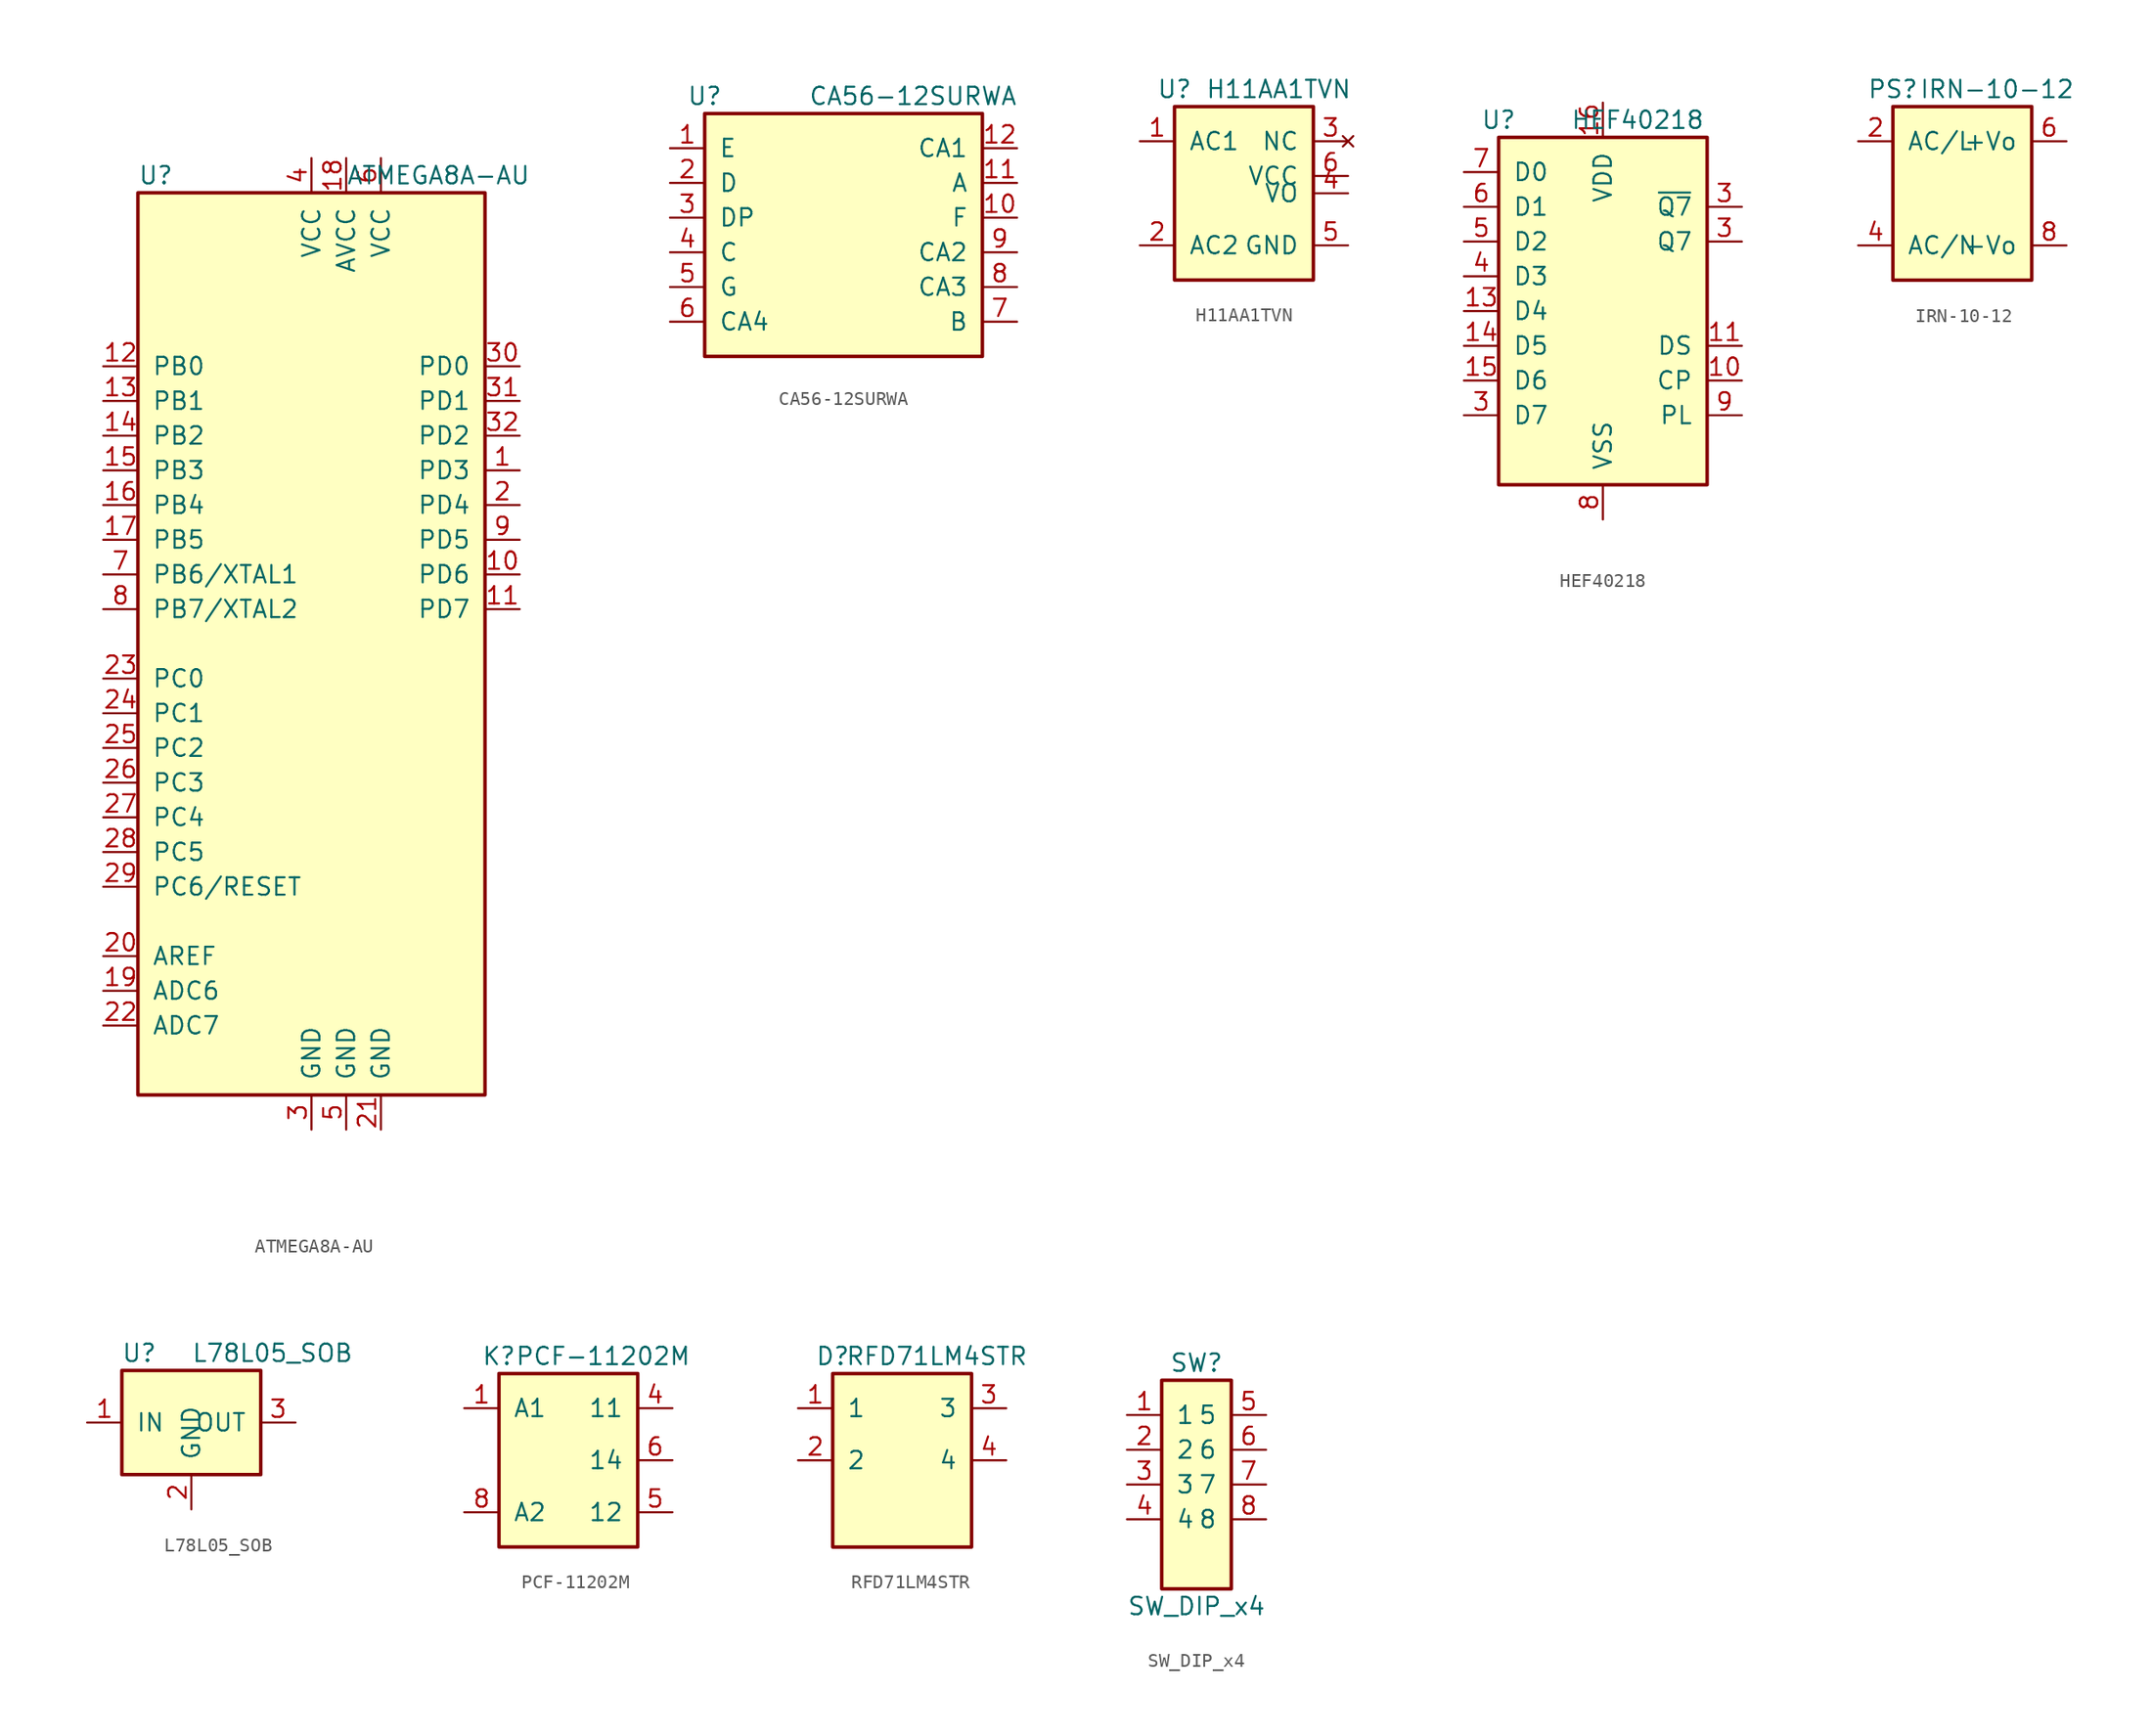
<source format=kicad_sym>
(kicad_symbol_lib
  (version 20231120)
  (generator "kicad_symbol_editor")
  (generator_version "9.0")
  (symbol "ATMEGA8A-AU"
    (pin_names
      (offset 1.016))
    (property "Reference" "U"
      (at -12.7 34.29 0)
      (effects (font (size 1.27 1.27)) (justify left)))
    (property "Value" "ATMEGA8A-AU"
      (at 2.54 34.29 0)
      (effects (font (size 1.27 1.27)) (justify left)))
    (symbol "ATMEGA8A-AU_0_1"
      (rectangle (start -12.7 33.02) (end 12.7 -33.02) (stroke (width 0.254) (type default)) (fill (type background))))
    (symbol "ATMEGA8A-AU_1_1"
      (pin bidirectional line (at -15.24 20.32 0) (length 2.54) (name "PB0" (effects (font (size 1.27 1.27)))) (number "12" (effects (font (size 1.27 1.27)))))
      (pin bidirectional line (at -15.24 17.78 0) (length 2.54) (name "PB1" (effects (font (size 1.27 1.27)))) (number "13" (effects (font (size 1.27 1.27)))))
      (pin bidirectional line (at -15.24 15.24 0) (length 2.54) (name "PB2" (effects (font (size 1.27 1.27)))) (number "14" (effects (font (size 1.27 1.27)))))
      (pin bidirectional line (at -15.24 12.7 0) (length 2.54) (name "PB3" (effects (font (size 1.27 1.27)))) (number "15" (effects (font (size 1.27 1.27)))))
      (pin bidirectional line (at -15.24 10.16 0) (length 2.54) (name "PB4" (effects (font (size 1.27 1.27)))) (number "16" (effects (font (size 1.27 1.27)))))
      (pin bidirectional line (at -15.24 7.62 0) (length 2.54) (name "PB5" (effects (font (size 1.27 1.27)))) (number "17" (effects (font (size 1.27 1.27)))))
      (pin bidirectional line (at -15.24 5.08 0) (length 2.54) (name "PB6/XTAL1" (effects (font (size 1.27 1.27)))) (number "7" (effects (font (size 1.27 1.27)))))
      (pin bidirectional line (at -15.24 2.54 0) (length 2.54) (name "PB7/XTAL2" (effects (font (size 1.27 1.27)))) (number "8" (effects (font (size 1.27 1.27)))))
      (pin bidirectional line (at -15.24 -2.54 0) (length 2.54) (name "PC0" (effects (font (size 1.27 1.27)))) (number "23" (effects (font (size 1.27 1.27)))))
      (pin bidirectional line (at -15.24 -5.08 0) (length 2.54) (name "PC1" (effects (font (size 1.27 1.27)))) (number "24" (effects (font (size 1.27 1.27)))))
      (pin bidirectional line (at -15.24 -7.62 0) (length 2.54) (name "PC2" (effects (font (size 1.27 1.27)))) (number "25" (effects (font (size 1.27 1.27)))))
      (pin bidirectional line (at -15.24 -10.16 0) (length 2.54) (name "PC3" (effects (font (size 1.27 1.27)))) (number "26" (effects (font (size 1.27 1.27)))))
      (pin bidirectional line (at -15.24 -12.7 0) (length 2.54) (name "PC4" (effects (font (size 1.27 1.27)))) (number "27" (effects (font (size 1.27 1.27)))))
      (pin bidirectional line (at -15.24 -15.24 0) (length 2.54) (name "PC5" (effects (font (size 1.27 1.27)))) (number "28" (effects (font (size 1.27 1.27)))))
      (pin input line (at -15.24 -17.78 0) (length 2.54) (name "PC6/RESET" (effects (font (size 1.27 1.27)))) (number "29" (effects (font (size 1.27 1.27)))))
      (pin bidirectional line (at 15.24 20.32 180) (length 2.54) (name "PD0" (effects (font (size 1.27 1.27)))) (number "30" (effects (font (size 1.27 1.27)))))
      (pin bidirectional line (at 15.24 17.78 180) (length 2.54) (name "PD1" (effects (font (size 1.27 1.27)))) (number "31" (effects (font (size 1.27 1.27)))))
      (pin bidirectional line (at 15.24 15.24 180) (length 2.54) (name "PD2" (effects (font (size 1.27 1.27)))) (number "32" (effects (font (size 1.27 1.27)))))
      (pin bidirectional line (at 15.24 12.7 180) (length 2.54) (name "PD3" (effects (font (size 1.27 1.27)))) (number "1" (effects (font (size 1.27 1.27)))))
      (pin bidirectional line (at 15.24 10.16 180) (length 2.54) (name "PD4" (effects (font (size 1.27 1.27)))) (number "2" (effects (font (size 1.27 1.27)))))
      (pin bidirectional line (at 15.24 7.62 180) (length 2.54) (name "PD5" (effects (font (size 1.27 1.27)))) (number "9" (effects (font (size 1.27 1.27)))))
      (pin bidirectional line (at 15.24 5.08 180) (length 2.54) (name "PD6" (effects (font (size 1.27 1.27)))) (number "10" (effects (font (size 1.27 1.27)))))
      (pin bidirectional line (at 15.24 2.54 180) (length 2.54) (name "PD7" (effects (font (size 1.27 1.27)))) (number "11" (effects (font (size 1.27 1.27)))))
      (pin power_in line (at 0 35.56 270) (length 2.54) (name "VCC" (effects (font (size 1.27 1.27)))) (number "4" (effects (font (size 1.27 1.27)))))
      (pin power_in line (at 2.54 35.56 270) (length 2.54) (name "AVCC" (effects (font (size 1.27 1.27)))) (number "18" (effects (font (size 1.27 1.27)))))
      (pin power_in line (at 0 -35.56 90) (length 2.54) (name "GND" (effects (font (size 1.27 1.27)))) (number "3" (effects (font (size 1.27 1.27)))))
      (pin power_in line (at 2.54 -35.56 90) (length 2.54) (name "GND" (effects (font (size 1.27 1.27)))) (number "5" (effects (font (size 1.27 1.27)))))
      (pin input line (at -15.24 -22.86 0) (length 2.54) (name "AREF" (effects (font (size 1.27 1.27)))) (number "20" (effects (font (size 1.27 1.27)))))
      (pin input line (at -15.24 -25.4 0) (length 2.54) (name "ADC6" (effects (font (size 1.27 1.27)))) (number "19" (effects (font (size 1.27 1.27)))))
      (pin input line (at -15.24 -27.94 0) (length 2.54) (name "ADC7" (effects (font (size 1.27 1.27)))) (number "22" (effects (font (size 1.27 1.27)))))
      (pin power_in line (at 5.08 35.56 270) (length 2.54) (name "VCC" (effects (font (size 1.27 1.27)))) (number "6" (effects (font (size 1.27 1.27)))))
      (pin power_in line (at 5.08 -35.56 90) (length 2.54) (name "GND" (effects (font (size 1.27 1.27)))) (number "21" (effects (font (size 1.27 1.27)))))))
  (symbol "CA56-12SURWA"
    (pin_names
      (offset 1.016))
    (property "Reference" "U"
      (at -10.16 10.16 0)
      (effects (font (size 1.27 1.27))))
    (property "Value" "CA56-12SURWA"
      (at 5.08 10.16 0)
      (effects (font (size 1.27 1.27))))
    (symbol "CA56-12SURWA_0_1"
      (rectangle (start -10.16 8.89) (end 10.16 -8.89) (stroke (width 0.254) (type default)) (fill (type background))))
    (symbol "CA56-12SURWA_1_1"
      (pin input line (at -12.7 6.35 0) (length 2.54) (name "E" (effects (font (size 1.27 1.27)))) (number "1" (effects (font (size 1.27 1.27)))))
      (pin input line (at -12.7 3.81 0) (length 2.54) (name "D" (effects (font (size 1.27 1.27)))) (number "2" (effects (font (size 1.27 1.27)))))
      (pin input line (at -12.7 1.27 0) (length 2.54) (name "DP" (effects (font (size 1.27 1.27)))) (number "3" (effects (font (size 1.27 1.27)))))
      (pin input line (at -12.7 -1.27 0) (length 2.54) (name "C" (effects (font (size 1.27 1.27)))) (number "4" (effects (font (size 1.27 1.27)))))
      (pin input line (at -12.7 -3.81 0) (length 2.54) (name "G" (effects (font (size 1.27 1.27)))) (number "5" (effects (font (size 1.27 1.27)))))
      (pin input line (at -12.7 -6.35 0) (length 2.54) (name "CA4" (effects (font (size 1.27 1.27)))) (number "6" (effects (font (size 1.27 1.27)))))
      (pin input line (at 12.7 -6.35 180) (length 2.54) (name "B" (effects (font (size 1.27 1.27)))) (number "7" (effects (font (size 1.27 1.27)))))
      (pin input line (at 12.7 -3.81 180) (length 2.54) (name "CA3" (effects (font (size 1.27 1.27)))) (number "8" (effects (font (size 1.27 1.27)))))
      (pin input line (at 12.7 -1.27 180) (length 2.54) (name "CA2" (effects (font (size 1.27 1.27)))) (number "9" (effects (font (size 1.27 1.27)))))
      (pin input line (at 12.7 1.27 180) (length 2.54) (name "F" (effects (font (size 1.27 1.27)))) (number "10" (effects (font (size 1.27 1.27)))))
      (pin input line (at 12.7 3.81 180) (length 2.54) (name "A" (effects (font (size 1.27 1.27)))) (number "11" (effects (font (size 1.27 1.27)))))
      (pin input line (at 12.7 6.35 180) (length 2.54) (name "CA1" (effects (font (size 1.27 1.27)))) (number "12" (effects (font (size 1.27 1.27)))))))
  (symbol "H11AA1TVN"
    (pin_names
      (offset 1.016))
    (property "Reference" "U"
      (at -5.08 7.62 0)
      (effects (font (size 1.27 1.27))))
    (property "Value" "H11AA1TVN"
      (at 2.54 7.62 0)
      (effects (font (size 1.27 1.27))))
    (symbol "H11AA1TVN_0_1"
      (rectangle (start -5.08 6.35) (end 5.08 -6.35) (stroke (width 0.254) (type default)) (fill (type background))))
    (symbol "H11AA1TVN_1_1"
      (pin input line (at -7.62 3.81 0) (length 2.54) (name "AC1" (effects (font (size 1.27 1.27)))) (number "1" (effects (font (size 1.27 1.27)))))
      (pin input line (at -7.62 -3.81 0) (length 2.54) (name "AC2" (effects (font (size 1.27 1.27)))) (number "2" (effects (font (size 1.27 1.27)))))
      (pin no_connect line (at 7.62 3.81 180) (length 2.54) (name "NC" (effects (font (size 1.27 1.27)))) (number "3" (effects (font (size 1.27 1.27)))))
      (pin output line (at 7.62 0 180) (length 2.54) (name "VO" (effects (font (size 1.27 1.27)))) (number "4" (effects (font (size 1.27 1.27)))))
      (pin power_in line (at 7.62 -3.81 180) (length 2.54) (name "GND" (effects (font (size 1.27 1.27)))) (number "5" (effects (font (size 1.27 1.27)))))
      (pin power_in line (at 7.62 1.27 180) (length 2.54) (name "VCC" (effects (font (size 1.27 1.27)))) (number "6" (effects (font (size 1.27 1.27)))))))
  (symbol "HEF40218"
    (pin_names
      (offset 1.016))
    (property "Reference" "U"
      (at -7.62 13.97 0)
      (effects (font (size 1.27 1.27))))
    (property "Value" "HEF40218"
      (at 2.54 13.97 0)
      (effects (font (size 1.27 1.27))))
    (symbol "HEF40218_0_1"
      (rectangle (start -7.62 12.7) (end 7.62 -12.7) (stroke (width 0.254) (type default)) (fill (type background))))
    (symbol "HEF40218_1_1"
      (pin input line (at -10.16 10.16 0) (length 2.54) (name "D0" (effects (font (size 1.27 1.27)))) (number "7" (effects (font (size 1.27 1.27)))))
      (pin input line (at -10.16 7.62 0) (length 2.54) (name "D1" (effects (font (size 1.27 1.27)))) (number "6" (effects (font (size 1.27 1.27)))))
      (pin input line (at -10.16 5.08 0) (length 2.54) (name "D2" (effects (font (size 1.27 1.27)))) (number "5" (effects (font (size 1.27 1.27)))))
      (pin input line (at -10.16 2.54 0) (length 2.54) (name "D3" (effects (font (size 1.27 1.27)))) (number "4" (effects (font (size 1.27 1.27)))))
      (pin input line (at -10.16 0 0) (length 2.54) (name "D4" (effects (font (size 1.27 1.27)))) (number "13" (effects (font (size 1.27 1.27)))))
      (pin input line (at -10.16 -2.54 0) (length 2.54) (name "D5" (effects (font (size 1.27 1.27)))) (number "14" (effects (font (size 1.27 1.27)))))
      (pin input line (at -10.16 -5.08 0) (length 2.54) (name "D6" (effects (font (size 1.27 1.27)))) (number "15" (effects (font (size 1.27 1.27)))))
      (pin input line (at -10.16 -7.62 0) (length 2.54) (name "D7" (effects (font (size 1.27 1.27)))) (number "3" (effects (font (size 1.27 1.27)))))
      (pin input line (at 10.16 -7.62 180) (length 2.54) (name "PL" (effects (font (size 1.27 1.27)))) (number "9" (effects (font (size 1.27 1.27)))))
      (pin input line (at 10.16 -5.08 180) (length 2.54) (name "CP" (effects (font (size 1.27 1.27)))) (number "10" (effects (font (size 1.27 1.27)))))
      (pin input line (at 10.16 -2.54 180) (length 2.54) (name "DS" (effects (font (size 1.27 1.27)))) (number "11" (effects (font (size 1.27 1.27)))))
      (pin output line (at 10.16 5.08 180) (length 2.54) (name "Q7" (effects (font (size 1.27 1.27)))) (number "3" (effects (font (size 1.27 1.27)))))
      (pin output line (at 10.16 7.62 180) (length 2.54) (name "~{Q7}" (effects (font (size 1.27 1.27)))) (number "3" (effects (font (size 1.27 1.27)))))
      (pin power_in line (at 0 -15.24 90) (length 2.54) (name "VSS" (effects (font (size 1.27 1.27)))) (number "8" (effects (font (size 1.27 1.27)))))
      (pin power_in line (at 0 15.24 270) (length 2.54) (name "VDD" (effects (font (size 1.27 1.27)))) (number "16" (effects (font (size 1.27 1.27)))))))
  (symbol "IRN-10-12"
    (pin_names
      (offset 1.016))
    (property "Reference" "PS"
      (at -5.08 7.62 0)
      (effects (font (size 1.27 1.27))))
    (property "Value" "IRN-10-12"
      (at 2.54 7.62 0)
      (effects (font (size 1.27 1.27))))
    (symbol "IRN-10-12_0_1"
      (rectangle (start -5.08 6.35) (end 5.08 -6.35) (stroke (width 0.254) (type default)) (fill (type background))))
    (symbol "IRN-10-12_1_1"
      (pin input line (at -7.62 3.81 0) (length 2.54) (name "AC/L" (effects (font (size 1.27 1.27)))) (number "2" (effects (font (size 1.27 1.27)))))
      (pin input line (at -7.62 -3.81 0) (length 2.54) (name "AC/N" (effects (font (size 1.27 1.27)))) (number "4" (effects (font (size 1.27 1.27)))))
      (pin power_out line (at 7.62 3.81 180) (length 2.54) (name "+Vo" (effects (font (size 1.27 1.27)))) (number "6" (effects (font (size 1.27 1.27)))))
      (pin power_out line (at 7.62 -3.81 180) (length 2.54) (name "-Vo" (effects (font (size 1.27 1.27)))) (number "8" (effects (font (size 1.27 1.27)))))))
  (symbol "L78L05_SOB"
    (pin_names
      (offset 1.016))
    (property "Reference" "U"
      (at -3.81 5.08 0)
      (effects (font (size 1.27 1.27))))
    (property "Value" "L78L05_SOB"
      (at 0 5.08 0)
      (effects (font (size 1.27 1.27)) (justify left)))
    (symbol "L78L05_SOB_0_1"
      (rectangle (start -5.08 3.81) (end 5.08 -3.81) (stroke (width 0.254) (type default)) (fill (type background))))
    (symbol "L78L05_SOB_1_1"
      (pin power_in line (at -7.62 0 0) (length 2.54) (name "IN" (effects (font (size 1.27 1.27)))) (number "1" (effects (font (size 1.27 1.27)))))
      (pin power_in line (at 0 -6.35 90) (length 2.54) (name "GND" (effects (font (size 1.27 1.27)))) (number "2" (effects (font (size 1.27 1.27)))))
      (pin power_out line (at 7.62 0 180) (length 2.54) (name "OUT" (effects (font (size 1.27 1.27)))) (number "3" (effects (font (size 1.27 1.27)))))))
  (symbol "PCF-11202M"
    (pin_names
      (offset 1.016))
    (property "Reference" "K"
      (at -5.08 7.62 0)
      (effects (font (size 1.27 1.27))))
    (property "Value" "PCF-11202M"
      (at 2.54 7.62 0)
      (effects (font (size 1.27 1.27))))
    (symbol "PCF-11202M_0_1"
      (rectangle (start -5.08 6.35) (end 5.08 -6.35) (stroke (width 0.254) (type default)) (fill (type background))))
    (symbol "PCF-11202M_1_1"
      (pin passive line (at -7.62 3.81 0) (length 2.54) (name "A1" (effects (font (size 1.27 1.27)))) (number "1" (effects (font (size 1.27 1.27)))))
      (pin passive line (at -7.62 -3.81 0) (length 2.54) (name "A2" (effects (font (size 1.27 1.27)))) (number "8" (effects (font (size 1.27 1.27)))))
      (pin passive line (at 7.62 3.81 180) (length 2.54) (name "11" (effects (font (size 1.27 1.27)))) (number "4" (effects (font (size 1.27 1.27)))))
      (pin passive line (at 7.62 0 180) (length 2.54) (name "14" (effects (font (size 1.27 1.27)))) (number "6" (effects (font (size 1.27 1.27)))))
      (pin passive line (at 7.62 -3.81 180) (length 2.54) (name "12" (effects (font (size 1.27 1.27)))) (number "5" (effects (font (size 1.27 1.27)))))))
  (symbol "RFD71LM4STR"
    (pin_names
      (offset 1.016))
    (property "Reference" "D"
      (at -5.08 7.62 0)
      (effects (font (size 1.27 1.27))))
    (property "Value" "RFD71LM4STR"
      (at 2.54 7.62 0)
      (effects (font (size 1.27 1.27))))
    (symbol "RFD71LM4STR_0_1"
      (rectangle (start -5.08 6.35) (end 5.08 -6.35) (stroke (width 0.254) (type default)) (fill (type background))))
    (symbol "RFD71LM4STR_1_1"
      (pin passive line (at -7.62 3.81 0) (length 2.54) (name "1" (effects (font (size 1.27 1.27)))) (number "1" (effects (font (size 1.27 1.27)))))
      (pin passive line (at -7.62 0 0) (length 2.54) (name "2" (effects (font (size 1.27 1.27)))) (number "2" (effects (font (size 1.27 1.27)))))
      (pin passive line (at 7.62 3.81 180) (length 2.54) (name "3" (effects (font (size 1.27 1.27)))) (number "3" (effects (font (size 1.27 1.27)))))
      (pin passive line (at 7.62 0 180) (length 2.54) (name "4" (effects (font (size 1.27 1.27)))) (number "4" (effects (font (size 1.27 1.27)))))))
  (symbol "SW_DIP_x4"
    (pin_names
      (offset 1.016))
    (property "Reference" "SW"
      (at 0 8.89 0)
      (effects (font (size 1.27 1.27))))
    (property "Value" "SW_DIP_x4"
      (at 0 -8.89 0)
      (effects (font (size 1.27 1.27))))
    (symbol "SW_DIP_x4_0_1"
      (rectangle (start -2.54 7.62) (end 2.54 -7.62) (stroke (width 0.254) (type default)) (fill (type background))))
    (symbol "SW_DIP_x4_1_1"
      (pin passive line (at -5.08 5.08 0) (length 2.54) (name "1" (effects (font (size 1.27 1.27)))) (number "1" (effects (font (size 1.27 1.27)))))
      (pin passive line (at 5.08 5.08 180) (length 2.54) (name "5" (effects (font (size 1.27 1.27)))) (number "5" (effects (font (size 1.27 1.27)))))
      (pin passive line (at -5.08 2.54 0) (length 2.54) (name "2" (effects (font (size 1.27 1.27)))) (number "2" (effects (font (size 1.27 1.27)))))
      (pin passive line (at 5.08 2.54 180) (length 2.54) (name "6" (effects (font (size 1.27 1.27)))) (number "6" (effects (font (size 1.27 1.27)))))
      (pin passive line (at -5.08 0 0) (length 2.54) (name "3" (effects (font (size 1.27 1.27)))) (number "3" (effects (font (size 1.27 1.27)))))
      (pin passive line (at 5.08 0 180) (length 2.54) (name "7" (effects (font (size 1.27 1.27)))) (number "7" (effects (font (size 1.27 1.27)))))
      (pin passive line (at -5.08 -2.54 0) (length 2.54) (name "4" (effects (font (size 1.27 1.27)))) (number "4" (effects (font (size 1.27 1.27)))))
      (pin passive line (at 5.08 -2.54 180) (length 2.54) (name "8" (effects (font (size 1.27 1.27)))) (number "8" (effects (font (size 1.27 1.27))))))))
</source>
